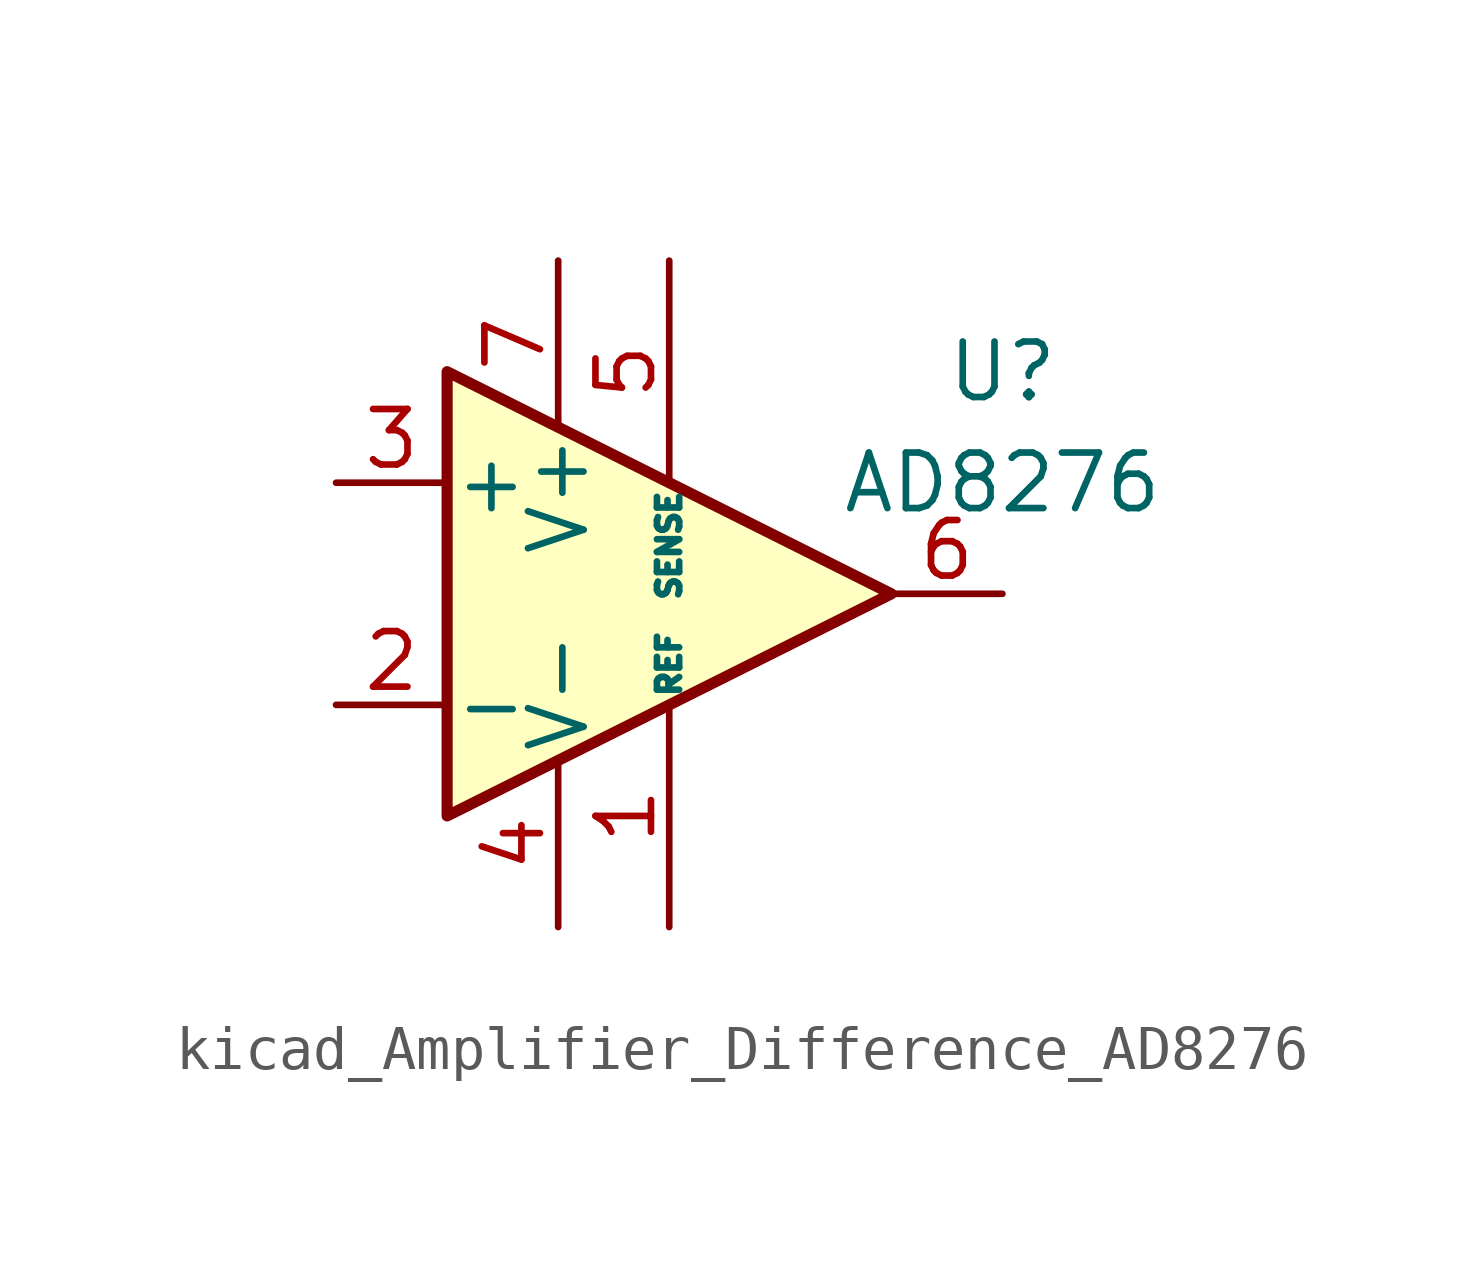
<source format=kicad_sym>
(kicad_symbol_lib
  (version 20220914)
  (generator kicad_symbol_editor)
  (symbol "kicad_Amplifier_Difference_AD8276"
    (pin_names
      (offset 0.127))
    (property "Reference" "U"
      (at 7.62 5.08 0)
      (effects (font (size 1.27 1.27))))
    (property "Value" "AD8276"
      (at 7.62 2.54 0)
      (effects (font (size 1.27 1.27))))
    (symbol "kicad_Amplifier_Difference_AD8276_0_1"
      (polyline (pts (xy -5.08 5.08) (xy 5.08 0) (xy -5.08 -5.08) (xy -5.08 5.08)) (stroke (width 0.254) (type default)) (fill (type background))))
    (symbol "kicad_Amplifier_Difference_AD8276_1_1"
      (pin passive line (at 0 -7.62 90) (length 5.08) (name "REF" (effects (font (size 0.508 0.508)))) (number "1" (effects (font (size 1.27 1.27)))))
      (pin passive line (at -7.62 -2.54 0) (length 2.54) (name "-" (effects (font (size 1.27 1.27)))) (number "2" (effects (font (size 1.27 1.27)))))
      (pin passive line (at -7.62 2.54 0) (length 2.54) (name "+" (effects (font (size 1.27 1.27)))) (number "3" (effects (font (size 1.27 1.27)))))
      (pin power_in line (at -2.54 -7.62 90) (length 3.81) (name "V-" (effects (font (size 1.27 1.27)))) (number "4" (effects (font (size 1.27 1.27)))))
      (pin passive line (at 0 7.62 270) (length 5.08) (name "SENSE" (effects (font (size 0.508 0.508)))) (number "5" (effects (font (size 1.27 1.27)))))
      (pin output line (at 7.62 0 180) (length 2.54) (name "~" (effects (font (size 1.27 1.27)))) (number "6" (effects (font (size 1.27 1.27)))))
      (pin power_in line (at -2.54 7.62 270) (length 3.81) (name "V+" (effects (font (size 1.27 1.27)))) (number "7" (effects (font (size 1.27 1.27)))))
      (pin no_connect line (at -5.08 0 0) (length 2.54) hide (name "~" (effects (font (size 1.27 1.27)))) (number "8" (effects (font (size 1.27 1.27))))))))
</source>
